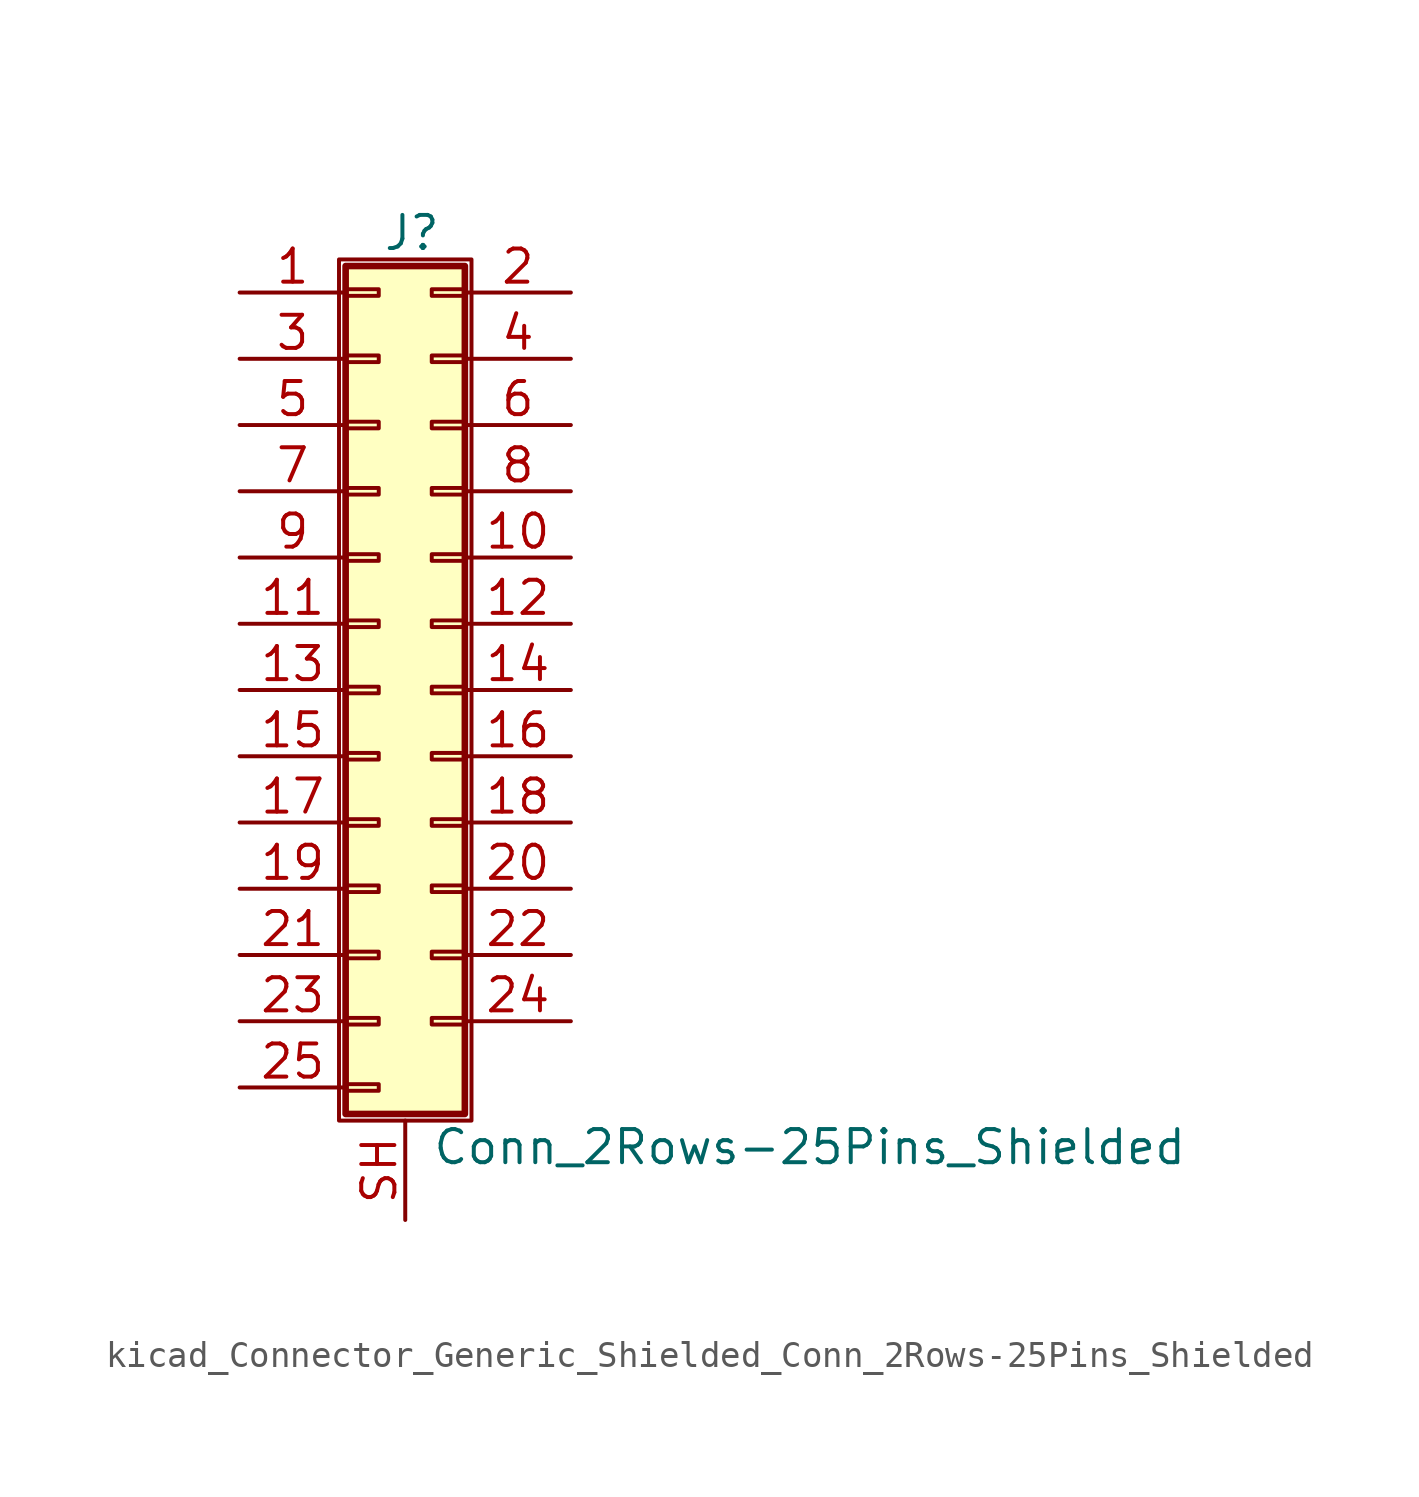
<source format=kicad_sym>
(kicad_symbol_lib
  (version 20220914)
  (generator kicad_symbol_editor)
  (symbol "kicad_Connector_Generic_Shielded_Conn_2Rows-25Pins_Shielded"
    (pin_names
      (offset 1.016) hide)
    (property "Reference" "J"
      (at 1.524 17.526 0)
      (effects (font (size 1.27 1.27))))
    (property "Value" "Conn_2Rows-25Pins_Shielded"
      (at 2.286 -17.526 0)
      (effects (font (size 1.27 1.27)) (justify left)))
    (symbol "kicad_Connector_Generic_Shielded_Conn_2Rows-25Pins_Shielded_1_1"
      (rectangle (start -1.27 16.51) (end 3.81 -16.51) (stroke (width 0.152) (type default)) (fill (type none)))
      (rectangle (start -1.016 -15.113) (end 0.254 -15.367) (stroke (width 0.152) (type default)) (fill (type none)))
      (rectangle (start -1.016 -12.573) (end 0.254 -12.827) (stroke (width 0.152) (type default)) (fill (type none)))
      (rectangle (start -1.016 -10.033) (end 0.254 -10.287) (stroke (width 0.152) (type default)) (fill (type none)))
      (rectangle (start -1.016 -7.493) (end 0.254 -7.747) (stroke (width 0.152) (type default)) (fill (type none)))
      (rectangle (start -1.016 -4.953) (end 0.254 -5.207) (stroke (width 0.152) (type default)) (fill (type none)))
      (rectangle (start -1.016 -2.413) (end 0.254 -2.667) (stroke (width 0.152) (type default)) (fill (type none)))
      (rectangle (start -1.016 0.127) (end 0.254 -0.127) (stroke (width 0.152) (type default)) (fill (type none)))
      (rectangle (start -1.016 2.667) (end 0.254 2.413) (stroke (width 0.152) (type default)) (fill (type none)))
      (rectangle (start -1.016 5.207) (end 0.254 4.953) (stroke (width 0.152) (type default)) (fill (type none)))
      (rectangle (start -1.016 7.747) (end 0.254 7.493) (stroke (width 0.152) (type default)) (fill (type none)))
      (rectangle (start -1.016 10.287) (end 0.254 10.033) (stroke (width 0.152) (type default)) (fill (type none)))
      (rectangle (start -1.016 12.827) (end 0.254 12.573) (stroke (width 0.152) (type default)) (fill (type none)))
      (rectangle (start -1.016 15.367) (end 0.254 15.113) (stroke (width 0.152) (type default)) (fill (type none)))
      (rectangle (start -1.016 16.256) (end 3.556 -16.256) (stroke (width 0.254) (type default)) (fill (type background)))
      (rectangle (start 3.556 -12.573) (end 2.286 -12.827) (stroke (width 0.152) (type default)) (fill (type none)))
      (rectangle (start 3.556 -10.033) (end 2.286 -10.287) (stroke (width 0.152) (type default)) (fill (type none)))
      (rectangle (start 3.556 -7.493) (end 2.286 -7.747) (stroke (width 0.152) (type default)) (fill (type none)))
      (rectangle (start 3.556 -4.953) (end 2.286 -5.207) (stroke (width 0.152) (type default)) (fill (type none)))
      (rectangle (start 3.556 -2.413) (end 2.286 -2.667) (stroke (width 0.152) (type default)) (fill (type none)))
      (rectangle (start 3.556 0.127) (end 2.286 -0.127) (stroke (width 0.152) (type default)) (fill (type none)))
      (rectangle (start 3.556 2.667) (end 2.286 2.413) (stroke (width 0.152) (type default)) (fill (type none)))
      (rectangle (start 3.556 5.207) (end 2.286 4.953) (stroke (width 0.152) (type default)) (fill (type none)))
      (rectangle (start 3.556 7.747) (end 2.286 7.493) (stroke (width 0.152) (type default)) (fill (type none)))
      (rectangle (start 3.556 10.287) (end 2.286 10.033) (stroke (width 0.152) (type default)) (fill (type none)))
      (rectangle (start 3.556 12.827) (end 2.286 12.573) (stroke (width 0.152) (type default)) (fill (type none)))
      (rectangle (start 3.556 15.367) (end 2.286 15.113) (stroke (width 0.152) (type default)) (fill (type none)))
      (pin passive line (at -5.08 15.24 0) (length 4.064) (name "Pin_1" (effects (font (size 1.27 1.27)))) (number "1" (effects (font (size 1.27 1.27)))))
      (pin passive line (at 7.62 5.08 180) (length 4.064) (name "Pin_10" (effects (font (size 1.27 1.27)))) (number "10" (effects (font (size 1.27 1.27)))))
      (pin passive line (at -5.08 2.54 0) (length 4.064) (name "Pin_11" (effects (font (size 1.27 1.27)))) (number "11" (effects (font (size 1.27 1.27)))))
      (pin passive line (at 7.62 2.54 180) (length 4.064) (name "Pin_12" (effects (font (size 1.27 1.27)))) (number "12" (effects (font (size 1.27 1.27)))))
      (pin passive line (at -5.08 0 0) (length 4.064) (name "Pin_13" (effects (font (size 1.27 1.27)))) (number "13" (effects (font (size 1.27 1.27)))))
      (pin passive line (at 7.62 0 180) (length 4.064) (name "Pin_14" (effects (font (size 1.27 1.27)))) (number "14" (effects (font (size 1.27 1.27)))))
      (pin passive line (at -5.08 -2.54 0) (length 4.064) (name "Pin_15" (effects (font (size 1.27 1.27)))) (number "15" (effects (font (size 1.27 1.27)))))
      (pin passive line (at 7.62 -2.54 180) (length 4.064) (name "Pin_16" (effects (font (size 1.27 1.27)))) (number "16" (effects (font (size 1.27 1.27)))))
      (pin passive line (at -5.08 -5.08 0) (length 4.064) (name "Pin_17" (effects (font (size 1.27 1.27)))) (number "17" (effects (font (size 1.27 1.27)))))
      (pin passive line (at 7.62 -5.08 180) (length 4.064) (name "Pin_18" (effects (font (size 1.27 1.27)))) (number "18" (effects (font (size 1.27 1.27)))))
      (pin passive line (at -5.08 -7.62 0) (length 4.064) (name "Pin_19" (effects (font (size 1.27 1.27)))) (number "19" (effects (font (size 1.27 1.27)))))
      (pin passive line (at 7.62 15.24 180) (length 4.064) (name "Pin_2" (effects (font (size 1.27 1.27)))) (number "2" (effects (font (size 1.27 1.27)))))
      (pin passive line (at 7.62 -7.62 180) (length 4.064) (name "Pin_20" (effects (font (size 1.27 1.27)))) (number "20" (effects (font (size 1.27 1.27)))))
      (pin passive line (at -5.08 -10.16 0) (length 4.064) (name "Pin_21" (effects (font (size 1.27 1.27)))) (number "21" (effects (font (size 1.27 1.27)))))
      (pin passive line (at 7.62 -10.16 180) (length 4.064) (name "Pin_22" (effects (font (size 1.27 1.27)))) (number "22" (effects (font (size 1.27 1.27)))))
      (pin passive line (at -5.08 -12.7 0) (length 4.064) (name "Pin_23" (effects (font (size 1.27 1.27)))) (number "23" (effects (font (size 1.27 1.27)))))
      (pin passive line (at 7.62 -12.7 180) (length 4.064) (name "Pin_24" (effects (font (size 1.27 1.27)))) (number "24" (effects (font (size 1.27 1.27)))))
      (pin passive line (at -5.08 -15.24 0) (length 4.064) (name "Pin_25" (effects (font (size 1.27 1.27)))) (number "25" (effects (font (size 1.27 1.27)))))
      (pin passive line (at -5.08 12.7 0) (length 4.064) (name "Pin_3" (effects (font (size 1.27 1.27)))) (number "3" (effects (font (size 1.27 1.27)))))
      (pin passive line (at 7.62 12.7 180) (length 4.064) (name "Pin_4" (effects (font (size 1.27 1.27)))) (number "4" (effects (font (size 1.27 1.27)))))
      (pin passive line (at -5.08 10.16 0) (length 4.064) (name "Pin_5" (effects (font (size 1.27 1.27)))) (number "5" (effects (font (size 1.27 1.27)))))
      (pin passive line (at 7.62 10.16 180) (length 4.064) (name "Pin_6" (effects (font (size 1.27 1.27)))) (number "6" (effects (font (size 1.27 1.27)))))
      (pin passive line (at -5.08 7.62 0) (length 4.064) (name "Pin_7" (effects (font (size 1.27 1.27)))) (number "7" (effects (font (size 1.27 1.27)))))
      (pin passive line (at 7.62 7.62 180) (length 4.064) (name "Pin_8" (effects (font (size 1.27 1.27)))) (number "8" (effects (font (size 1.27 1.27)))))
      (pin passive line (at -5.08 5.08 0) (length 4.064) (name "Pin_9" (effects (font (size 1.27 1.27)))) (number "9" (effects (font (size 1.27 1.27)))))
      (pin passive line (at 1.27 -20.32 90) (length 3.81) (name "Shield" (effects (font (size 1.27 1.27)))) (number "SH" (effects (font (size 1.27 1.27))))))))
</source>
